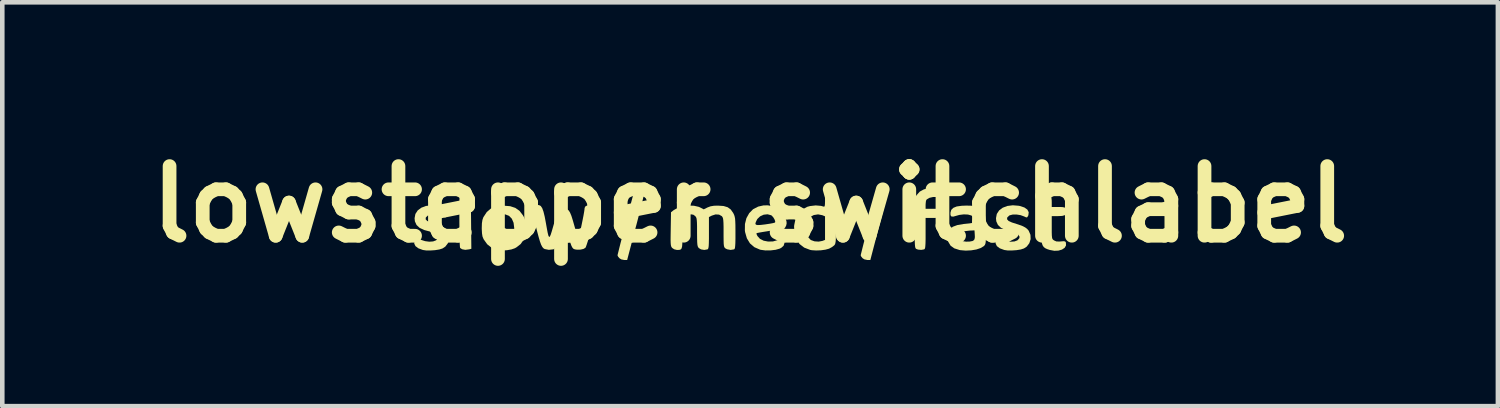
<source format=kicad_pcb>
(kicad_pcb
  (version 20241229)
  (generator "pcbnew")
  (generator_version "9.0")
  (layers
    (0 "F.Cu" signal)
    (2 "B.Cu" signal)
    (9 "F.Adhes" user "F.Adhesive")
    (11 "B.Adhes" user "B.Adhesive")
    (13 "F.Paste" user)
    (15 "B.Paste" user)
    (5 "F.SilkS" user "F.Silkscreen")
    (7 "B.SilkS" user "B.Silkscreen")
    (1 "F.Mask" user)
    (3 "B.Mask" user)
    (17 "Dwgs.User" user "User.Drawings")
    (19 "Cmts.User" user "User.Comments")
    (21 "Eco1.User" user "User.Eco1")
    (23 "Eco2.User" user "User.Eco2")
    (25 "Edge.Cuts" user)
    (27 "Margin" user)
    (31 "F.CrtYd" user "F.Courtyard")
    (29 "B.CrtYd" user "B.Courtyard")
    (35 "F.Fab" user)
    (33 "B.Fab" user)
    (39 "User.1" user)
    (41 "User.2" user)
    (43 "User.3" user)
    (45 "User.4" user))
  (footprint "lowstepper switchlabel"
    (layer "F.Cu")
    (at 13.36 1.418)
    (property "Reference" "lowstepper switchlabel" (at 0 0 0) (layer "F.SilkS") (effects (font (size 1.524 1.524) (thickness 0.3))))
    (attr board_only exclude_from_pos_files exclude_from_bom)
    (fp_poly (pts (xy -6.189 -0.31) (xy -6.149 -0.292) (xy -6.138 -0.282) (xy -6.129 -0.267) (xy -6.122 -0.243) (xy -6.117 -0.206) (xy -6.113 -0.15) (xy -6.11 -0.072) (xy -6.108 0.032) (xy -6.106 0.167) (xy -6.104 0.337) (xy -6.104 0.356) (xy -6.098 0.975) (xy -6.144 0.987) (xy -6.231 0.998) (xy -6.3 0.985) (xy -6.336 0.962) (xy -6.345 0.952) (xy -6.348 0.927) (xy -6.352 0.867) (xy -6.355 0.778) (xy -6.357 0.663) (xy -6.359 0.529) (xy -6.36 0.381) (xy -6.36 0.317) (xy -6.36 0.143) (xy -6.359 0.004) (xy -6.358 -0.103) (xy -6.355 -0.182) (xy -6.352 -0.238) (xy -6.347 -0.274) (xy -6.34 -0.296) (xy -6.332 -0.306) (xy -6.328 -0.308) (xy -6.26 -0.32)) (stroke (width 0) (type solid)) (fill yes) (layer "F.SilkS"))
    (fp_poly (pts (xy -2.36 -0.405) (xy -2.314 -0.366) (xy -2.299 -0.314) (xy -2.304 -0.285) (xy -2.318 -0.222) (xy -2.34 -0.13) (xy -2.369 -0.012) (xy -2.404 0.126) (xy -2.443 0.281) (xy -2.486 0.447) (xy -2.494 0.475) (xy -2.689 1.22) (xy -2.754 1.22) (xy -2.82 1.206) (xy -2.86 1.18) (xy -2.889 1.144) (xy -2.9 1.118) (xy -2.895 1.095) (xy -2.881 1.039) (xy -2.86 0.954) (xy -2.833 0.847) (xy -2.8 0.721) (xy -2.765 0.584) (xy -2.727 0.439) (xy -2.689 0.292) (xy -2.651 0.148) (xy -2.616 0.013) (xy -2.583 -0.108) (xy -2.556 -0.21) (xy -2.535 -0.288) (xy -2.527 -0.315) (xy -2.508 -0.375) (xy -2.49 -0.407) (xy -2.464 -0.418) (xy -2.43 -0.42)) (stroke (width 0) (type solid)) (fill yes) (layer "F.SilkS"))
    (fp_poly (pts (xy 2.96 -0.405) (xy 3.006 -0.366) (xy 3.021 -0.314) (xy 3.016 -0.285) (xy 3.002 -0.222) (xy 2.98 -0.13) (xy 2.951 -0.012) (xy 2.916 0.126) (xy 2.877 0.281) (xy 2.834 0.447) (xy 2.826 0.475) (xy 2.631 1.22) (xy 2.566 1.22) (xy 2.5 1.206) (xy 2.46 1.18) (xy 2.431 1.144) (xy 2.42 1.118) (xy 2.425 1.095) (xy 2.439 1.039) (xy 2.46 0.954) (xy 2.487 0.847) (xy 2.52 0.721) (xy 2.555 0.584) (xy 2.593 0.439) (xy 2.631 0.292) (xy 2.669 0.148) (xy 2.704 0.013) (xy 2.737 -0.108) (xy 2.764 -0.21) (xy 2.785 -0.288) (xy 2.793 -0.315) (xy 2.812 -0.375) (xy 2.83 -0.407) (xy 2.856 -0.418) (xy 2.89 -0.42)) (stroke (width 0) (type solid)) (fill yes) (layer "F.SilkS"))
    (fp_poly (pts (xy 6.531 -0.205) (xy 6.576 -0.183) (xy 6.584 -0.173) (xy 6.593 -0.141) (xy 6.599 -0.084) (xy 6.6 -0.045) (xy 6.6 0.06) (xy 6.748 0.06) (xy 6.831 0.062) (xy 6.882 0.072) (xy 6.909 0.094) (xy 6.919 0.133) (xy 6.92 0.168) (xy 6.912 0.213) (xy 6.883 0.241) (xy 6.827 0.256) (xy 6.739 0.26) (xy 6.736 0.26) (xy 6.6 0.26) (xy 6.6 0.51) (xy 6.6 0.613) (xy 6.602 0.685) (xy 6.607 0.731) (xy 6.615 0.759) (xy 6.63 0.777) (xy 6.651 0.792) (xy 6.701 0.814) (xy 6.767 0.817) (xy 6.8 0.814) (xy 6.86 0.809) (xy 6.892 0.814) (xy 6.907 0.833) (xy 6.91 0.841) (xy 6.912 0.902) (xy 6.882 0.954) (xy 6.824 0.992) (xy 6.747 1.015) (xy 6.657 1.019) (xy 6.56 1.001) (xy 6.559 1.001) (xy 6.503 0.983) (xy 6.459 0.963) (xy 6.425 0.937) (xy 6.4 0.9) (xy 6.383 0.847) (xy 6.371 0.775) (xy 6.364 0.678) (xy 6.361 0.552) (xy 6.36 0.392) (xy 6.36 0.311) (xy 6.36 -0.199) (xy 6.41 -0.212) (xy 6.47 -0.216)) (stroke (width 0) (type solid)) (fill yes) (layer "F.SilkS"))
    (fp_poly (pts (xy -5.249 0.043) (xy -5.136 0.08) (xy -5.045 0.144) (xy -4.97 0.241) (xy -4.948 0.28) (xy -4.926 0.334) (xy -4.915 0.403) (xy -4.91 0.499) (xy -4.91 0.52) (xy -4.922 0.664) (xy -4.957 0.78) (xy -5.019 0.871) (xy -5.111 0.943) (xy -5.146 0.963) (xy -5.221 0.989) (xy -5.317 1.006) (xy -5.419 1.013) (xy -5.507 1.007) (xy -5.53 1.003) (xy -5.654 0.953) (xy -5.752 0.875) (xy -5.83 0.765) (xy -5.832 0.76) (xy -5.854 0.706) (xy -5.865 0.637) (xy -5.87 0.541) (xy -5.87 0.52) (xy -5.62 0.52) (xy -5.606 0.632) (xy -5.568 0.721) (xy -5.51 0.784) (xy -5.436 0.817) (xy -5.351 0.816) (xy -5.282 0.791) (xy -5.222 0.738) (xy -5.18 0.656) (xy -5.161 0.552) (xy -5.16 0.52) (xy -5.174 0.406) (xy -5.213 0.316) (xy -5.274 0.254) (xy -5.355 0.223) (xy -5.39 0.22) (xy -5.477 0.238) (xy -5.546 0.289) (xy -5.594 0.369) (xy -5.618 0.474) (xy -5.62 0.52) (xy -5.87 0.52) (xy -5.867 0.418) (xy -5.856 0.345) (xy -5.837 0.289) (xy -5.832 0.28) (xy -5.761 0.172) (xy -5.676 0.098) (xy -5.571 0.052) (xy -5.44 0.033) (xy -5.39 0.032)) (stroke (width 0) (type solid)) (fill yes) (layer "F.SilkS"))
    (fp_poly (pts (xy 4.141 -0.339) (xy 4.21 -0.307) (xy 4.249 -0.261) (xy 4.254 -0.202) (xy 4.244 -0.17) (xy 4.222 -0.136) (xy 4.192 -0.133) (xy 4.169 -0.14) (xy 4.088 -0.158) (xy 4.003 -0.158) (xy 3.925 -0.14) (xy 3.868 -0.107) (xy 3.855 -0.092) (xy 3.846 -0.059) (xy 3.841 -0.005) (xy 3.84 0.015) (xy 3.84 0.1) (xy 4.018 0.1) (xy 4.109 0.101) (xy 4.168 0.108) (xy 4.201 0.124) (xy 4.216 0.153) (xy 4.22 0.199) (xy 4.22 0.208) (xy 4.214 0.249) (xy 4.19 0.277) (xy 4.143 0.292) (xy 4.066 0.299) (xy 4.006 0.3) (xy 3.84 0.3) (xy 3.84 0.638) (xy 3.84 0.764) (xy 3.838 0.855) (xy 3.834 0.918) (xy 3.829 0.957) (xy 3.82 0.978) (xy 3.808 0.988) (xy 3.745 0.999) (xy 3.676 0.993) (xy 3.635 0.978) (xy 3.625 0.969) (xy 3.616 0.953) (xy 3.61 0.925) (xy 3.606 0.881) (xy 3.603 0.816) (xy 3.601 0.726) (xy 3.6 0.605) (xy 3.6 0.451) (xy 3.6 0.412) (xy 3.6 0.25) (xy 3.601 0.123) (xy 3.602 0.026) (xy 3.605 -0.046) (xy 3.609 -0.098) (xy 3.615 -0.135) (xy 3.623 -0.162) (xy 3.634 -0.184) (xy 3.645 -0.201) (xy 3.714 -0.277) (xy 3.805 -0.326) (xy 3.924 -0.351) (xy 3.932 -0.352) (xy 4.047 -0.355)) (stroke (width 0) (type solid)) (fill yes) (layer "F.SilkS"))
    (fp_poly (pts (xy -6.839 0.034) (xy -6.818 0.039) (xy -6.719 0.071) (xy -6.654 0.117) (xy -6.624 0.174) (xy -6.631 0.24) (xy -6.641 0.261) (xy -6.658 0.286) (xy -6.68 0.288) (xy -6.721 0.269) (xy -6.723 0.268) (xy -6.802 0.239) (xy -6.891 0.225) (xy -6.975 0.226) (xy -7.041 0.243) (xy -7.051 0.249) (xy -7.094 0.29) (xy -7.098 0.329) (xy -7.064 0.366) (xy -6.99 0.4) (xy -6.97 0.406) (xy -6.851 0.444) (xy -6.764 0.476) (xy -6.702 0.507) (xy -6.659 0.539) (xy -6.627 0.576) (xy -6.625 0.578) (xy -6.586 0.669) (xy -6.582 0.763) (xy -6.61 0.852) (xy -6.667 0.927) (xy -6.729 0.968) (xy -6.798 0.99) (xy -6.891 1.005) (xy -6.993 1.012) (xy -7.089 1.011) (xy -7.158 1.001) (xy -7.256 0.965) (xy -7.32 0.917) (xy -7.348 0.86) (xy -7.338 0.794) (xy -7.336 0.79) (xy -7.319 0.757) (xy -7.3 0.744) (xy -7.269 0.749) (xy -7.214 0.772) (xy -7.197 0.78) (xy -7.109 0.808) (xy -7.018 0.82) (xy -6.935 0.814) (xy -6.873 0.791) (xy -6.86 0.78) (xy -6.828 0.742) (xy -6.825 0.71) (xy -6.85 0.666) (xy -6.85 0.666) (xy -6.897 0.63) (xy -6.982 0.603) (xy -6.995 0.6) (xy -7.131 0.564) (xy -7.231 0.516) (xy -7.297 0.454) (xy -7.333 0.375) (xy -7.34 0.306) (xy -7.322 0.213) (xy -7.271 0.135) (xy -7.192 0.076) (xy -7.091 0.038) (xy -6.971 0.023)) (stroke (width 0) (type solid)) (fill yes) (layer "F.SilkS"))
    (fp_poly (pts (xy 5.881 0.034) (xy 5.902 0.039) (xy 6.001 0.071) (xy 6.066 0.117) (xy 6.096 0.174) (xy 6.089 0.24) (xy 6.079 0.261) (xy 6.062 0.286) (xy 6.04 0.288) (xy 5.999 0.269) (xy 5.997 0.268) (xy 5.918 0.239) (xy 5.829 0.225) (xy 5.745 0.226) (xy 5.679 0.243) (xy 5.669 0.249) (xy 5.626 0.29) (xy 5.622 0.329) (xy 5.656 0.366) (xy 5.73 0.4) (xy 5.75 0.406) (xy 5.869 0.444) (xy 5.956 0.476) (xy 6.018 0.507) (xy 6.061 0.539) (xy 6.093 0.576) (xy 6.095 0.578) (xy 6.134 0.669) (xy 6.138 0.763) (xy 6.11 0.852) (xy 6.053 0.927) (xy 5.991 0.968) (xy 5.922 0.99) (xy 5.829 1.005) (xy 5.727 1.012) (xy 5.631 1.011) (xy 5.562 1.001) (xy 5.464 0.965) (xy 5.4 0.917) (xy 5.372 0.86) (xy 5.382 0.794) (xy 5.384 0.79) (xy 5.401 0.757) (xy 5.42 0.744) (xy 5.451 0.749) (xy 5.506 0.772) (xy 5.523 0.78) (xy 5.611 0.808) (xy 5.702 0.82) (xy 5.785 0.814) (xy 5.847 0.791) (xy 5.86 0.78) (xy 5.892 0.742) (xy 5.895 0.71) (xy 5.87 0.666) (xy 5.87 0.666) (xy 5.823 0.63) (xy 5.738 0.603) (xy 5.725 0.6) (xy 5.589 0.564) (xy 5.489 0.516) (xy 5.423 0.454) (xy 5.387 0.375) (xy 5.38 0.306) (xy 5.398 0.213) (xy 5.449 0.135) (xy 5.528 0.076) (xy 5.629 0.038) (xy 5.749 0.023)) (stroke (width 0) (type solid)) (fill yes) (layer "F.SilkS"))
    (fp_poly (pts (xy 1.794 -0.319) (xy 1.82 -0.313) (xy 1.841 -0.299) (xy 1.856 -0.271) (xy 1.867 -0.227) (xy 1.874 -0.161) (xy 1.878 -0.07) (xy 1.879 0.051) (xy 1.88 0.205) (xy 1.88 0.301) (xy 1.88 0.466) (xy 1.879 0.595) (xy 1.878 0.693) (xy 1.876 0.765) (xy 1.872 0.817) (xy 1.866 0.851) (xy 1.859 0.874) (xy 1.849 0.89) (xy 1.838 0.902) (xy 1.791 0.938) (xy 1.731 0.971) (xy 1.726 0.973) (xy 1.649 0.994) (xy 1.551 1.008) (xy 1.446 1.012) (xy 1.352 1.006) (xy 1.314 0.999) (xy 1.184 0.949) (xy 1.083 0.871) (xy 1.012 0.768) (xy 0.971 0.641) (xy 0.963 0.493) (xy 0.963 0.487) (xy 1.224 0.487) (xy 1.228 0.61) (xy 1.259 0.705) (xy 1.317 0.772) (xy 1.335 0.785) (xy 1.41 0.812) (xy 1.5 0.818) (xy 1.586 0.802) (xy 1.589 0.8) (xy 1.64 0.781) (xy 1.64 0.265) (xy 1.58 0.24) (xy 1.488 0.222) (xy 1.393 0.237) (xy 1.309 0.283) (xy 1.293 0.298) (xy 1.258 0.338) (xy 1.238 0.381) (xy 1.227 0.441) (xy 1.224 0.487) (xy 0.963 0.487) (xy 0.965 0.461) (xy 0.994 0.322) (xy 1.053 0.206) (xy 1.139 0.117) (xy 1.25 0.057) (xy 1.312 0.04) (xy 1.436 0.026) (xy 1.552 0.036) (xy 1.608 0.052) (xy 1.623 0.053) (xy 1.633 0.038) (xy 1.638 -0.001) (xy 1.64 -0.07) (xy 1.64 -0.116) (xy 1.641 -0.208) (xy 1.648 -0.267) (xy 1.664 -0.301) (xy 1.694 -0.316) (xy 1.742 -0.32) (xy 1.76 -0.32)) (stroke (width 0) (type solid)) (fill yes) (layer "F.SilkS"))
    (fp_poly (pts (xy 0.493 0.044) (xy 0.512 0.049) (xy 0.613 0.098) (xy 0.699 0.174) (xy 0.763 0.269) (xy 0.796 0.372) (xy 0.8 0.418) (xy 0.79 0.466) (xy 0.767 0.511) (xy 0.739 0.538) (xy 0.73 0.54) (xy 0.7 0.543) (xy 0.642 0.551) (xy 0.563 0.562) (xy 0.473 0.576) (xy 0.379 0.591) (xy 0.29 0.605) (xy 0.215 0.618) (xy 0.162 0.628) (xy 0.141 0.633) (xy 0.141 0.633) (xy 0.142 0.655) (xy 0.16 0.695) (xy 0.161 0.696) (xy 0.216 0.757) (xy 0.297 0.798) (xy 0.396 0.817) (xy 0.501 0.814) (xy 0.605 0.785) (xy 0.615 0.78) (xy 0.7 0.742) (xy 0.733 0.792) (xy 0.752 0.851) (xy 0.734 0.908) (xy 0.681 0.955) (xy 0.647 0.972) (xy 0.559 0.997) (xy 0.45 1.01) (xy 0.336 1.011) (xy 0.236 0.998) (xy 0.216 0.993) (xy 0.094 0.94) (xy -0.002 0.857) (xy -0.07 0.746) (xy -0.109 0.61) (xy -0.114 0.573) (xy -0.112 0.433) (xy -0.111 0.428) (xy 0.116 0.428) (xy 0.129 0.448) (xy 0.166 0.456) (xy 0.234 0.453) (xy 0.335 0.441) (xy 0.36 0.437) (xy 0.439 0.425) (xy 0.503 0.413) (xy 0.541 0.402) (xy 0.547 0.399) (xy 0.55 0.373) (xy 0.534 0.33) (xy 0.506 0.284) (xy 0.472 0.248) (xy 0.461 0.241) (xy 0.383 0.22) (xy 0.298 0.229) (xy 0.22 0.265) (xy 0.16 0.322) (xy 0.15 0.339) (xy 0.125 0.392) (xy 0.116 0.428) (xy -0.111 0.428) (xy -0.08 0.305) (xy -0.019 0.196) (xy 0.065 0.11) (xy 0.171 0.055) (xy 0.185 0.05) (xy 0.293 0.026) (xy 0.389 0.024)) (stroke (width 0) (type solid)) (fill yes) (layer "F.SilkS"))
    (fp_poly (pts (xy 4.823 0.032) (xy 4.889 0.038) (xy 4.94 0.051) (xy 4.989 0.074) (xy 5 0.08) (xy 5.055 0.115) (xy 5.096 0.153) (xy 5.125 0.201) (xy 5.144 0.265) (xy 5.155 0.351) (xy 5.159 0.466) (xy 5.16 0.572) (xy 5.16 0.688) (xy 5.158 0.771) (xy 5.155 0.828) (xy 5.148 0.865) (xy 5.137 0.89) (xy 5.122 0.909) (xy 5.115 0.916) (xy 5.047 0.958) (xy 4.951 0.99) (xy 4.838 1.009) (xy 4.717 1.015) (xy 4.601 1.005) (xy 4.58 1.001) (xy 4.467 0.965) (xy 4.387 0.907) (xy 4.339 0.827) (xy 4.32 0.721) (xy 4.32 0.704) (xy 4.32 0.703) (xy 4.56 0.703) (xy 4.577 0.76) (xy 4.604 0.789) (xy 4.656 0.809) (xy 4.728 0.819) (xy 4.803 0.817) (xy 4.866 0.805) (xy 4.887 0.794) (xy 4.91 0.767) (xy 4.918 0.72) (xy 4.916 0.67) (xy 4.91 0.572) (xy 4.802 0.577) (xy 4.697 0.59) (xy 4.62 0.613) (xy 4.577 0.644) (xy 4.576 0.646) (xy 4.56 0.703) (xy 4.32 0.703) (xy 4.332 0.614) (xy 4.37 0.545) (xy 4.437 0.492) (xy 4.535 0.456) (xy 4.669 0.433) (xy 4.717 0.428) (xy 4.796 0.42) (xy 4.86 0.41) (xy 4.899 0.4) (xy 4.903 0.398) (xy 4.918 0.369) (xy 4.909 0.325) (xy 4.881 0.28) (xy 4.841 0.246) (xy 4.84 0.246) (xy 4.768 0.226) (xy 4.676 0.222) (xy 4.578 0.234) (xy 4.518 0.251) (xy 4.447 0.271) (xy 4.404 0.268) (xy 4.385 0.239) (xy 4.384 0.185) (xy 4.402 0.123) (xy 4.447 0.079) (xy 4.521 0.049) (xy 4.629 0.034) (xy 4.73 0.03)) (stroke (width 0) (type solid)) (fill yes) (layer "F.SilkS"))
    (fp_poly (pts (xy -4.58 0.038) (xy -4.548 0.085) (xy -4.52 0.162) (xy -4.493 0.272) (xy -4.472 0.383) (xy -4.447 0.523) (xy -4.428 0.624) (xy -4.412 0.688) (xy -4.396 0.716) (xy -4.381 0.708) (xy -4.362 0.667) (xy -4.338 0.592) (xy -4.307 0.484) (xy -4.302 0.466) (xy -4.271 0.361) (xy -4.243 0.268) (xy -4.221 0.196) (xy -4.205 0.151) (xy -4.2 0.141) (xy -4.173 0.123) (xy -4.12 0.109) (xy -4.095 0.105) (xy -4.043 0.103) (xy -4.002 0.112) (xy -3.968 0.136) (xy -3.939 0.182) (xy -3.909 0.254) (xy -3.877 0.356) (xy -3.85 0.451) (xy -3.821 0.552) (xy -3.796 0.639) (xy -3.775 0.704) (xy -3.762 0.741) (xy -3.759 0.746) (xy -3.752 0.733) (xy -3.739 0.687) (xy -3.722 0.617) (xy -3.702 0.531) (xy -3.682 0.435) (xy -3.662 0.337) (xy -3.644 0.245) (xy -3.63 0.165) (xy -3.622 0.107) (xy -3.62 0.082) (xy -3.603 0.047) (xy -3.561 0.026) (xy -3.506 0.021) (xy -3.451 0.033) (xy -3.41 0.06) (xy -3.393 0.081) (xy -3.385 0.104) (xy -3.385 0.138) (xy -3.393 0.193) (xy -3.41 0.275) (xy -3.432 0.373) (xy -3.459 0.482) (xy -3.488 0.596) (xy -3.519 0.705) (xy -3.548 0.803) (xy -3.574 0.883) (xy -3.593 0.936) (xy -3.603 0.953) (xy -3.644 0.978) (xy -3.709 0.993) (xy -3.782 0.995) (xy -3.82 0.99) (xy -3.847 0.983) (xy -3.869 0.971) (xy -3.888 0.948) (xy -3.908 0.91) (xy -3.93 0.85) (xy -3.957 0.764) (xy -3.993 0.646) (xy -3.999 0.627) (xy -4.071 0.384) (xy -4.165 0.679) (xy -4.202 0.794) (xy -4.231 0.877) (xy -4.254 0.932) (xy -4.274 0.965) (xy -4.292 0.982) (xy -4.305 0.987) (xy -4.403 0.998) (xy -4.495 0.98) (xy -4.496 0.979) (xy -4.523 0.962) (xy -4.547 0.932) (xy -4.572 0.884) (xy -4.598 0.812) (xy -4.627 0.713) (xy -4.662 0.581) (xy -4.68 0.51) (xy -4.715 0.369) (xy -4.741 0.261) (xy -4.759 0.183) (xy -4.768 0.128) (xy -4.77 0.092) (xy -4.765 0.069) (xy -4.754 0.056) (xy -4.736 0.046) (xy -4.729 0.043) (xy -4.668 0.021) (xy -4.619 0.018)) (stroke (width 0) (type solid)) (fill yes) (layer "F.SilkS"))
    (fp_poly (pts (xy -1.229 0.033) (xy -1.124 0.057) (xy -1.092 0.071) (xy -1.014 0.112) (xy -0.932 0.071) (xy -0.866 0.046) (xy -0.788 0.033) (xy -0.7 0.031) (xy -0.58 0.039) (xy -0.49 0.066) (xy -0.423 0.115) (xy -0.37 0.19) (xy -0.365 0.2) (xy -0.348 0.235) (xy -0.337 0.271) (xy -0.328 0.315) (xy -0.324 0.373) (xy -0.321 0.453) (xy -0.32 0.562) (xy -0.32 0.632) (xy -0.32 0.759) (xy -0.322 0.852) (xy -0.326 0.915) (xy -0.331 0.955) (xy -0.339 0.978) (xy -0.351 0.988) (xy -0.352 0.988) (xy -0.426 1) (xy -0.501 0.986) (xy -0.536 0.969) (xy -0.552 0.955) (xy -0.564 0.938) (xy -0.572 0.91) (xy -0.577 0.865) (xy -0.579 0.797) (xy -0.58 0.699) (xy -0.58 0.619) (xy -0.58 0.498) (xy -0.582 0.411) (xy -0.586 0.35) (xy -0.592 0.31) (xy -0.602 0.284) (xy -0.615 0.265) (xy -0.62 0.26) (xy -0.679 0.227) (xy -0.755 0.223) (xy -0.837 0.249) (xy -0.841 0.251) (xy -0.9 0.281) (xy -0.9 0.628) (xy -0.9 0.756) (xy -0.902 0.849) (xy -0.905 0.914) (xy -0.911 0.954) (xy -0.919 0.977) (xy -0.93 0.987) (xy -0.932 0.988) (xy -1.003 1) (xy -1.074 0.988) (xy -1.12 0.96) (xy -1.135 0.942) (xy -1.146 0.918) (xy -1.153 0.881) (xy -1.157 0.826) (xy -1.159 0.745) (xy -1.16 0.632) (xy -1.16 0.61) (xy -1.16 0.491) (xy -1.162 0.406) (xy -1.166 0.347) (xy -1.172 0.308) (xy -1.182 0.283) (xy -1.197 0.263) (xy -1.202 0.258) (xy -1.24 0.23) (xy -1.286 0.222) (xy -1.332 0.225) (xy -1.383 0.232) (xy -1.421 0.242) (xy -1.447 0.261) (xy -1.464 0.295) (xy -1.474 0.349) (xy -1.479 0.429) (xy -1.48 0.539) (xy -1.48 0.63) (xy -1.48 0.76) (xy -1.482 0.855) (xy -1.487 0.921) (xy -1.497 0.963) (xy -1.513 0.987) (xy -1.539 0.997) (xy -1.574 1) (xy -1.602 1) (xy -1.66 0.986) (xy -1.701 0.959) (xy -1.716 0.942) (xy -1.726 0.922) (xy -1.733 0.892) (xy -1.737 0.846) (xy -1.739 0.779) (xy -1.738 0.683) (xy -1.736 0.555) (xy -1.736 0.547) (xy -1.73 0.176) (xy -1.672 0.13) (xy -1.583 0.08) (xy -1.471 0.046) (xy -1.349 0.03)) (stroke (width 0) (type solid)) (fill yes) (layer "F.SilkS")))
  (gr_rect
    (start -3 -3)
    (end 29.721 5.836)
    (stroke (width 0.1) (type default))
    (fill no)
    (layer "Edge.Cuts")))
</source>
